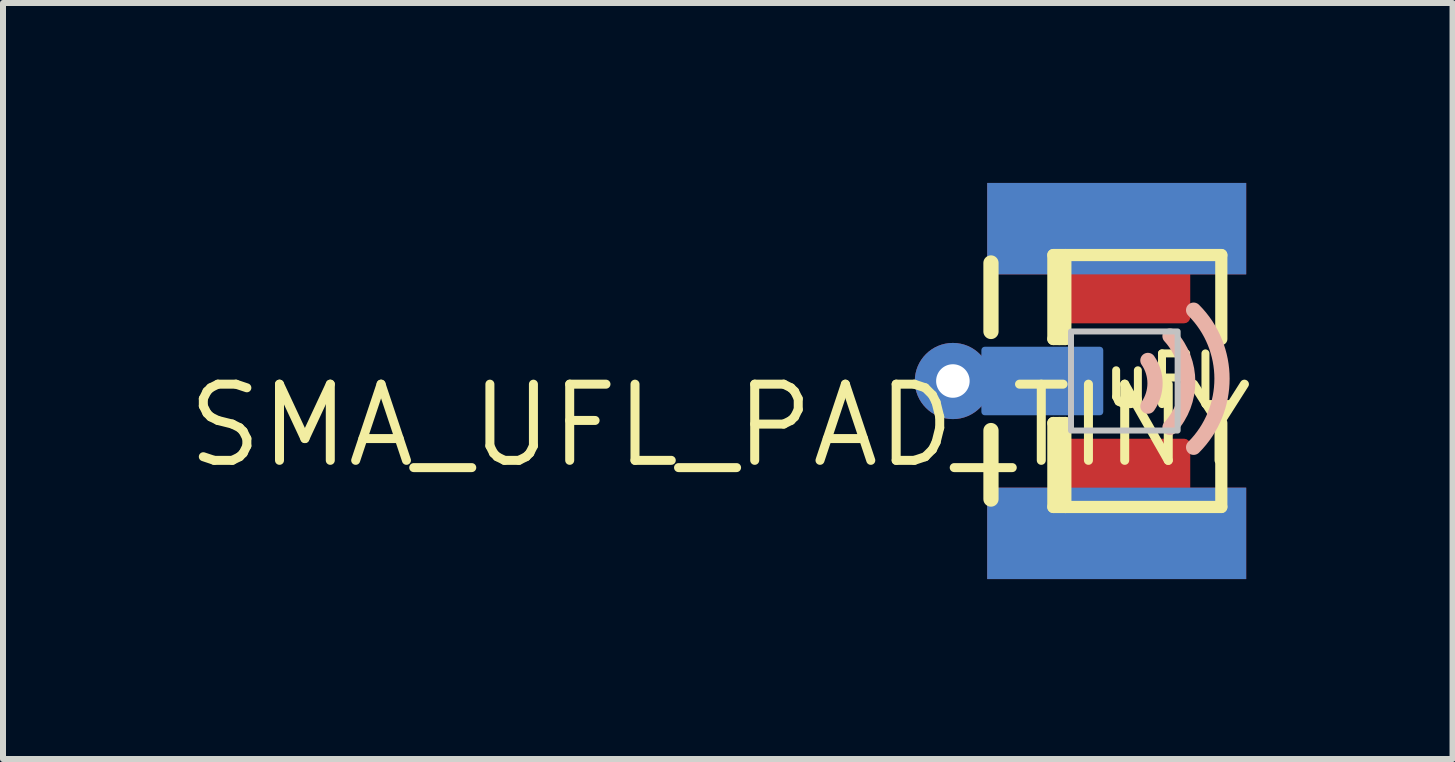
<source format=kicad_pcb>
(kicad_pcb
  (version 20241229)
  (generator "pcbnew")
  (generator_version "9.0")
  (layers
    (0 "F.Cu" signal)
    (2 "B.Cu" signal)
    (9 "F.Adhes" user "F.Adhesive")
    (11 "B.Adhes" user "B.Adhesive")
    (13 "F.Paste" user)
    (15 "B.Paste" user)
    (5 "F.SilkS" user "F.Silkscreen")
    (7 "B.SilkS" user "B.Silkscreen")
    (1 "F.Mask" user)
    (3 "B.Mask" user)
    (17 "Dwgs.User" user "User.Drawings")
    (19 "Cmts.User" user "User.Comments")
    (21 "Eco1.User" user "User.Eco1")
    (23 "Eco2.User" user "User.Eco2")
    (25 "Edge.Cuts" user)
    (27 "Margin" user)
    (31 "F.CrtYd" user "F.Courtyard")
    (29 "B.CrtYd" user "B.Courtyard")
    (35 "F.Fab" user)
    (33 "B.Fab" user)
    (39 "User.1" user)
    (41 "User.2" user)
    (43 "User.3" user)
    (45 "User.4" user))
  (footprint "SMA_UFL_PAD_TINY"
    (layer "F.Cu")
    (at 17.916 3.302)
    (property "Reference" "SMA_UFL_PAD_TINY" (at 0 0 0) (layer "F.SilkS") (effects (font (size 1.27 1.27) (thickness 0.15)) (justify right top)))
    (attr through_hole)
    (fp_line (start -4.445 -1.968) (end -4.445 -0.826) (stroke (width 0.254) (type solid)) (layer "F.SilkS"))
    (fp_line (start -4.445 0.826) (end -4.445 1.968) (stroke (width 0.254) (type solid)) (layer "F.SilkS"))
    (fp_line (start -3.405 -2.1) (end -3.405 -0.7) (stroke (width 0.203) (type solid)) (layer "F.SilkS"))
    (fp_line (start -3.405 -2.1) (end -3.205 -2.1) (stroke (width 0.203) (type solid)) (layer "F.SilkS"))
    (fp_line (start -3.405 -0.7) (end -3.205 -0.7) (stroke (width 0.203) (type solid)) (layer "F.SilkS"))
    (fp_line (start -3.405 0.7) (end -3.405 2.1) (stroke (width 0.203) (type solid)) (layer "F.SilkS"))
    (fp_line (start -3.405 0.7) (end -3.205 0.7) (stroke (width 0.203) (type solid)) (layer "F.SilkS"))
    (fp_line (start -3.405 2.1) (end -3.205 2.1) (stroke (width 0.203) (type solid)) (layer "F.SilkS"))
    (fp_line (start -3.305 -2) (end -3.305 -0.7) (stroke (width 0.203) (type solid)) (layer "F.SilkS"))
    (fp_line (start -3.305 0.7) (end -3.305 2) (stroke (width 0.203) (type solid)) (layer "F.SilkS"))
    (fp_line (start -3.205 -2.1) (end -3.205 -0.7) (stroke (width 0.203) (type solid)) (layer "F.SilkS"))
    (fp_line (start -3.205 0.7) (end -3.205 2.1) (stroke (width 0.203) (type solid)) (layer "F.SilkS"))
    (fp_line (start -3.205 2.1) (end -0.605 2.1) (stroke (width 0.203) (type solid)) (layer "F.SilkS"))
    (fp_line (start -0.605 -2.1) (end -3.205 -2.1) (stroke (width 0.203) (type solid)) (layer "F.SilkS"))
    (fp_line (start -0.605 -2.1) (end -0.605 -0.7) (stroke (width 0.203) (type solid)) (layer "F.SilkS"))
    (fp_line (start -0.605 0.7) (end -0.605 2.1) (stroke (width 0.203) (type solid)) (layer "F.SilkS"))
    (fp_arc (start -1.8288 -0.3429) (mid -1.709849 0.0381) (end -1.8288 0.419099) (stroke (width 0.254) (type solid)) (layer "B.SilkS"))
    (fp_arc (start -1.4605 -0.7493) (mid -1.164918 0.0127) (end -1.4605 0.7747) (stroke (width 0.254) (type solid)) (layer "B.SilkS"))
    (fp_arc (start -1.0668 -1.1811) (mid -0.593354 -0.0381) (end -1.0668 1.1049) (stroke (width 0.254) (type solid)) (layer "B.SilkS"))
    (fp_poly (pts (xy -1.333 -0.826) (xy -3.111 -0.826) (xy -3.111 0.826) (xy -1.333 0.826)) (stroke (width 0.1) (type solid)) (fill no) (layer "Dwgs.User"))
    (fp_text user "uFL" (at -1.473 0.495 0) (layer "F.SilkS") (effects (font (size 0.845 0.845) (thickness 0.133)) (justify bottom)))
    (pad "ANT1" smd roundrect (at -3.843 0 180) (size 1.524 1.016) (layers "F.Cu" "F.Mask" "F.Paste") (roundrect_rratio 0.1))
    (pad "ANT2" thru_hole circle (at -5.08 0 180) (size 1.27 1.27) (drill 0.559) (layers "*.Cu" "*.Mask"))
    (pad "ANT3" smd roundrect (at -3.589 0) (size 2.032 1.143) (layers "B.Cu" "B.Mask" "B.Paste") (roundrect_rratio 0.05))
    (pad "GND1" smd roundrect (at -2.223 -1.47 180) (size 2.2 1.016) (layers "F.Cu" "F.Mask" "F.Paste") (roundrect_rratio 0.1))
    (pad "GND2" smd roundrect (at -2.223 1.47 180) (size 2.2 1.016) (layers "F.Cu" "F.Mask" "F.Paste") (roundrect_rratio 0.1))
    (pad "GND3" smd rect (at -2.349 2.54) (size 4.318 1.524) (layers "F.Cu" "F.Mask"))
    (pad "GND4" smd rect (at -2.349 -2.54) (size 4.318 1.524) (layers "F.Cu" "F.Mask"))
    (pad "GND5" smd rect (at -2.349 -2.54 180) (size 4.318 1.524) (layers "B.Cu" "B.Mask"))
    (pad "GND6" smd rect (at -2.349 2.54 180) (size 4.318 1.524) (layers "B.Cu" "B.Mask")))
  (gr_rect
    (start -3 -3)
    (end 21.166 9.604)
    (stroke (width 0.1) (type default))
    (fill no)
    (layer "Edge.Cuts")))
</source>
